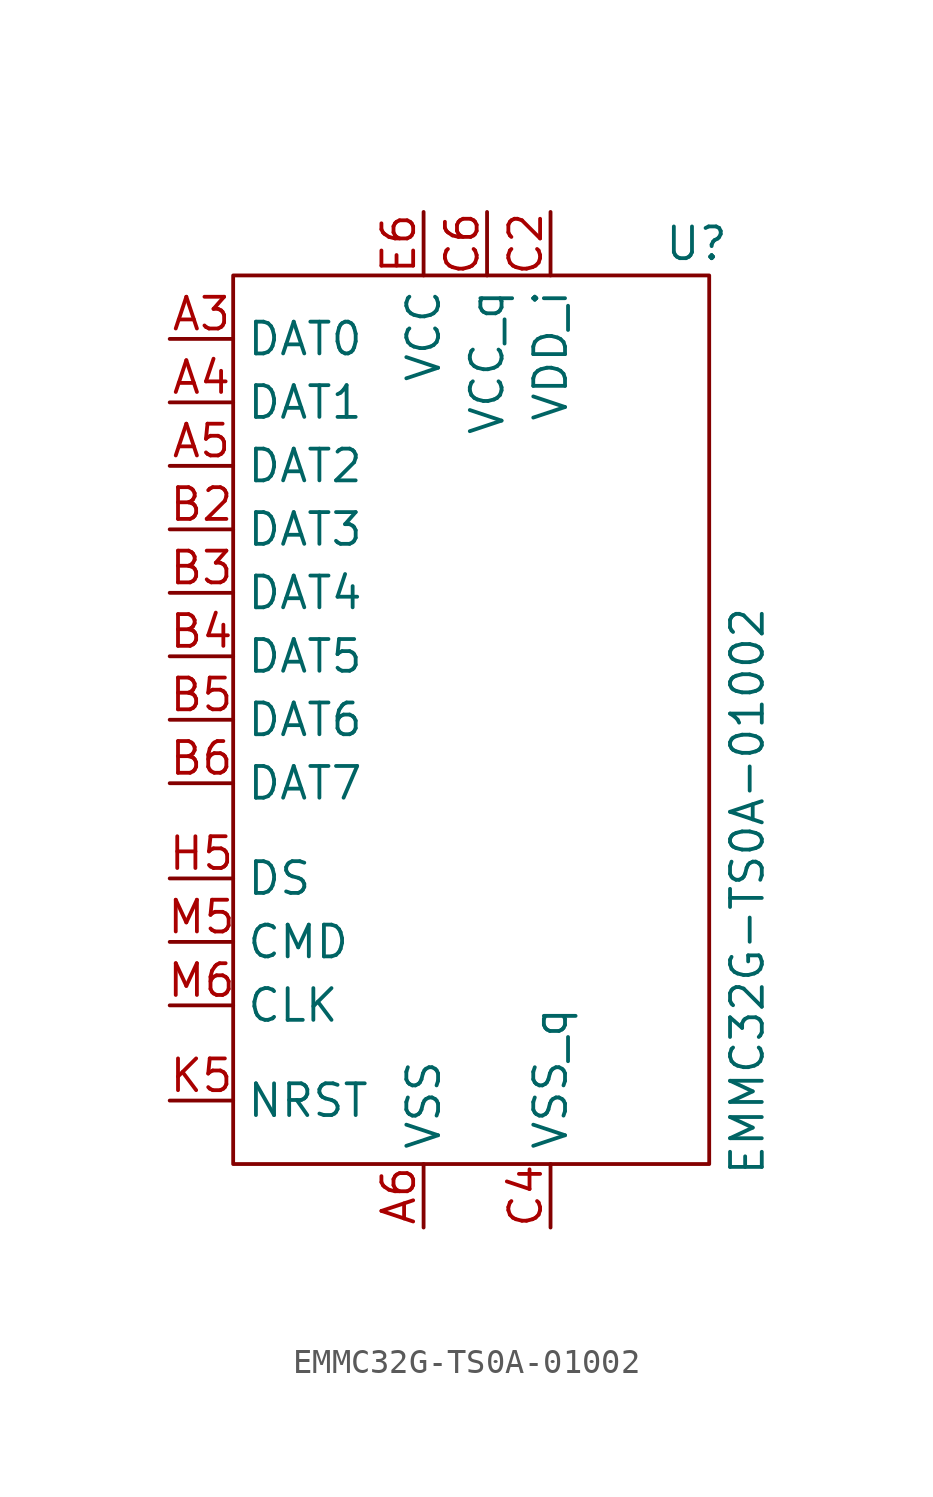
<source format=kicad_sym>
(kicad_symbol_lib
  (version 20231120)
  (generator "kicad_symbol_editor")
  (generator_version "8.0")
  (symbol "EMMC32G-TS0A-01002"
    (property "Reference" "U"
      (at 8.382 1.27 0)
      (effects (font (size 1.27 1.27))))
    (property "Value" " EMMC32G-TS0A-01002 "
      (at 10.414 -24.638 90)
      (effects (font (size 1.27 1.27))))
    (symbol "EMMC32G-TS0A-01002_0_1"
      (rectangle (start -10.16 0) (end 8.89 -35.56) (stroke (width 0) (type default)) (fill (type none))))
    (symbol "EMMC32G-TS0A-01002_1_0"
      (pin bidirectional line (at -12.7 -2.54 0) (length 2.54) (name "DAT0" (effects (font (size 1.27 1.27)))) (number "A3" (effects (font (size 1.27 1.27)))))
      (pin bidirectional line (at -12.7 -5.08 0) (length 2.54) (name "DAT1" (effects (font (size 1.27 1.27)))) (number "A4" (effects (font (size 1.27 1.27)))))
      (pin bidirectional line (at -12.7 -7.62 0) (length 2.54) (name "DAT2" (effects (font (size 1.27 1.27)))) (number "A5" (effects (font (size 1.27 1.27)))))
      (pin power_in line (at -2.54 -38.1 90) (length 2.54) (name "VSS" (effects (font (size 1.27 1.27)))) (number "A6" (effects (font (size 1.27 1.27)))))
      (pin no_connect line (at 11.43 -10.16 180) (length 2.54) hide (name "RFU" (effects (font (size 1.27 1.27)))) (number "A7" (effects (font (size 1.27 1.27)))))
      (pin bidirectional line (at -12.7 -10.16 0) (length 2.54) (name "DAT3" (effects (font (size 1.27 1.27)))) (number "B2" (effects (font (size 1.27 1.27)))))
      (pin bidirectional line (at -12.7 -12.7 0) (length 2.54) (name "DAT4" (effects (font (size 1.27 1.27)))) (number "B3" (effects (font (size 1.27 1.27)))))
      (pin bidirectional line (at -12.7 -15.24 0) (length 2.54) (name "DAT5" (effects (font (size 1.27 1.27)))) (number "B4" (effects (font (size 1.27 1.27)))))
      (pin bidirectional line (at -12.7 -17.78 0) (length 2.54) (name "DAT6" (effects (font (size 1.27 1.27)))) (number "B5" (effects (font (size 1.27 1.27)))))
      (pin bidirectional line (at -12.7 -20.32 0) (length 2.54) (name "DAT7" (effects (font (size 1.27 1.27)))) (number "B6" (effects (font (size 1.27 1.27)))))
      (pin power_in line (at 2.54 2.54 270) (length 2.54) (name "VDD_i" (effects (font (size 1.27 1.27)))) (number "C2" (effects (font (size 1.27 1.27)))))
      (pin power_in line (at 2.54 -38.1 90) (length 2.54) (name "VSS_q" (effects (font (size 1.27 1.27)))) (number "C4" (effects (font (size 1.27 1.27)))))
      (pin power_in line (at 0 2.54 270) (length 2.54) (name "VCC_q" (effects (font (size 1.27 1.27)))) (number "C6" (effects (font (size 1.27 1.27)))))
      (pin no_connect line (at 11.43 -12.7 180) (length 2.54) hide (name "VSF" (effects (font (size 1.27 1.27)))) (number "E10" (effects (font (size 1.27 1.27)))))
      (pin no_connect line (at 11.43 -10.16 180) (length 2.54) hide (name "RFU" (effects (font (size 1.27 1.27)))) (number "E5" (effects (font (size 1.27 1.27)))))
      (pin power_in line (at -2.54 2.54 270) (length 2.54) (name "VCC" (effects (font (size 1.27 1.27)))) (number "E6" (effects (font (size 1.27 1.27)))))
      (pin power_in line (at -2.54 -38.1 90) (length 2.54) hide (name "VSS" (effects (font (size 1.27 1.27)))) (number "E7" (effects (font (size 1.27 1.27)))))
      (pin no_connect line (at 11.43 -12.7 180) (length 2.54) hide (name "VSF" (effects (font (size 1.27 1.27)))) (number "E8" (effects (font (size 1.27 1.27)))))
      (pin no_connect line (at 11.43 -12.7 180) (length 2.54) hide (name "VSF" (effects (font (size 1.27 1.27)))) (number "E9" (effects (font (size 1.27 1.27)))))
      (pin no_connect line (at 11.43 -12.7 180) (length 2.54) hide (name "VSF" (effects (font (size 1.27 1.27)))) (number "F10" (effects (font (size 1.27 1.27)))))
      (pin power_in line (at -2.54 2.54 270) (length 2.54) hide (name "VCC" (effects (font (size 1.27 1.27)))) (number "F5" (effects (font (size 1.27 1.27)))))
      (pin no_connect line (at 11.43 -12.7 180) (length 2.54) hide (name "VSF" (effects (font (size 1.27 1.27)))) (number "G10" (effects (font (size 1.27 1.27)))))
      (pin no_connect line (at 11.43 -10.16 180) (length 2.54) hide (name "RFU" (effects (font (size 1.27 1.27)))) (number "G3" (effects (font (size 1.27 1.27)))))
      (pin power_in line (at -2.54 -38.1 90) (length 2.54) hide (name "VSS" (effects (font (size 1.27 1.27)))) (number "G5" (effects (font (size 1.27 1.27)))))
      (pin power_in line (at -2.54 -38.1 90) (length 2.54) hide (name "VSS" (effects (font (size 1.27 1.27)))) (number "H10" (effects (font (size 1.27 1.27)))))
      (pin bidirectional line (at -12.7 -24.13 0) (length 2.54) (name "DS" (effects (font (size 1.27 1.27)))) (number "H5" (effects (font (size 1.27 1.27)))))
      (pin power_in line (at -2.54 2.54 270) (length 2.54) hide (name "VCC" (effects (font (size 1.27 1.27)))) (number "J10" (effects (font (size 1.27 1.27)))))
      (pin power_in line (at -2.54 -38.1 90) (length 2.54) hide (name "VSS" (effects (font (size 1.27 1.27)))) (number "J5" (effects (font (size 1.27 1.27)))))
      (pin no_connect line (at 11.43 -12.7 180) (length 2.54) hide (name "VSF" (effects (font (size 1.27 1.27)))) (number "K10" (effects (font (size 1.27 1.27)))))
      (pin input line (at -12.7 -33.02 0) (length 2.54) (name "NRST" (effects (font (size 1.27 1.27)))) (number "K5" (effects (font (size 1.27 1.27)))))
      (pin no_connect line (at 11.43 -10.16 180) (length 2.54) hide (name "RFU" (effects (font (size 1.27 1.27)))) (number "K6" (effects (font (size 1.27 1.27)))))
      (pin no_connect line (at 11.43 -10.16 180) (length 2.54) hide (name "RFU" (effects (font (size 1.27 1.27)))) (number "K7" (effects (font (size 1.27 1.27)))))
      (pin power_in line (at -2.54 -38.1 90) (length 2.54) hide (name "VSS" (effects (font (size 1.27 1.27)))) (number "K8" (effects (font (size 1.27 1.27)))))
      (pin power_in line (at -2.54 2.54 270) (length 2.54) hide (name "VCC" (effects (font (size 1.27 1.27)))) (number "K9" (effects (font (size 1.27 1.27)))))
      (pin power_in line (at 0 2.54 270) (length 2.54) hide (name "VCC_q" (effects (font (size 1.27 1.27)))) (number "M4" (effects (font (size 1.27 1.27)))))
      (pin bidirectional line (at -12.7 -26.67 0) (length 2.54) (name "CMD" (effects (font (size 1.27 1.27)))) (number "M5" (effects (font (size 1.27 1.27)))))
      (pin bidirectional line (at -12.7 -29.21 0) (length 2.54) (name "CLK" (effects (font (size 1.27 1.27)))) (number "M6" (effects (font (size 1.27 1.27)))))
      (pin power_in line (at 2.54 -38.1 90) (length 2.54) hide (name "VSS_q" (effects (font (size 1.27 1.27)))) (number "N2" (effects (font (size 1.27 1.27)))))
      (pin power_in line (at 0 2.54 270) (length 2.54) hide (name "VCC_q" (effects (font (size 1.27 1.27)))) (number "N4" (effects (font (size 1.27 1.27)))))
      (pin power_in line (at 2.54 -38.1 90) (length 2.54) hide (name "VSS_q" (effects (font (size 1.27 1.27)))) (number "N5" (effects (font (size 1.27 1.27)))))
      (pin no_connect line (at 11.43 -10.16 180) (length 2.54) hide (name "RFU" (effects (font (size 1.27 1.27)))) (number "P10" (effects (font (size 1.27 1.27)))))
      (pin power_in line (at 0 2.54 270) (length 2.54) hide (name "VCC_q" (effects (font (size 1.27 1.27)))) (number "P3" (effects (font (size 1.27 1.27)))))
      (pin power_in line (at 2.54 -38.1 90) (length 2.54) hide (name "VSS_q" (effects (font (size 1.27 1.27)))) (number "P4" (effects (font (size 1.27 1.27)))))
      (pin power_in line (at 0 2.54 270) (length 2.54) hide (name "VCC_q" (effects (font (size 1.27 1.27)))) (number "P5" (effects (font (size 1.27 1.27)))))
      (pin power_in line (at 2.54 -38.1 90) (length 2.54) hide (name "VSS_q" (effects (font (size 1.27 1.27)))) (number "P6" (effects (font (size 1.27 1.27)))))
      (pin no_connect line (at 11.43 -10.16 180) (length 2.54) hide (name "RFU" (effects (font (size 1.27 1.27)))) (number "P7" (effects (font (size 1.27 1.27))))))))
</source>
